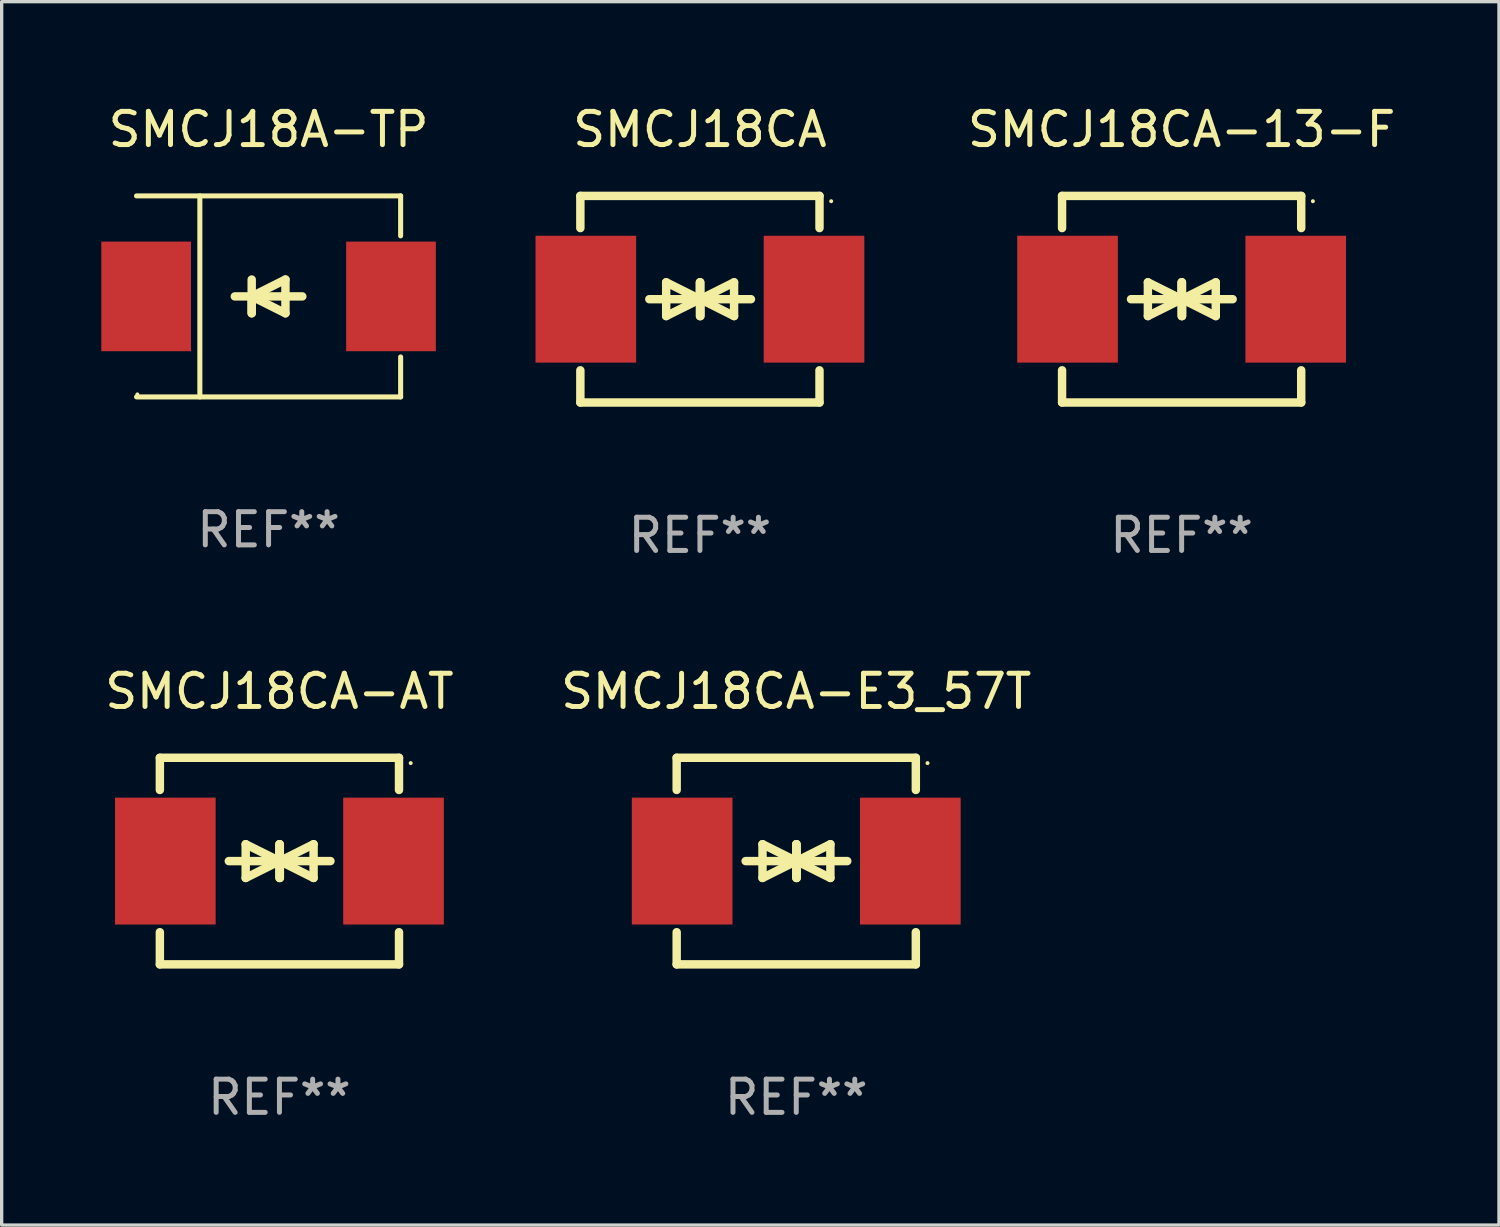
<source format=kicad_pcb>
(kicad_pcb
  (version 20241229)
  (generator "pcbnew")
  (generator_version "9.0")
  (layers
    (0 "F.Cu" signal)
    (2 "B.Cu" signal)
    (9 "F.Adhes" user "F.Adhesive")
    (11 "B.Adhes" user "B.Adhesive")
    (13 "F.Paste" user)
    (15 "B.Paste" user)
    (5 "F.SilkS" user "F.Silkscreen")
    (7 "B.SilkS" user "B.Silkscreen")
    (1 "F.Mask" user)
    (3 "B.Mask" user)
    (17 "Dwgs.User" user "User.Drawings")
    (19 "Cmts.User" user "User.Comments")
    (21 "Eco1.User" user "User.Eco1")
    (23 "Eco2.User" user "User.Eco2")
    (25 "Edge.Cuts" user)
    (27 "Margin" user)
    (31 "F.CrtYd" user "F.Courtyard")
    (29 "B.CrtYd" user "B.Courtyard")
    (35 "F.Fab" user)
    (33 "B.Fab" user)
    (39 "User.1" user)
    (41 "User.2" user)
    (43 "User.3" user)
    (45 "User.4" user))
  (footprint "SMCJ18CA"
    (layer "F.Cu")
    (at 18.023 5.958)
    (property "Reference" "SMCJ18CA" (at 0 -5.11 0) (layer "F.SilkS") (effects (font (size 1 1) (thickness 0.15))))
    (attr through_hole)
    (fp_line (start -3.6 -2.141) (end -3.6 -3.11) (stroke (width 0.254) (type solid)) (layer "F.SilkS"))
    (fp_line (start -3.6 3.11) (end -3.6 2.141) (stroke (width 0.254) (type solid)) (layer "F.SilkS"))
    (fp_line (start -1.524 0) (end 0.508 0) (stroke (width 0.254) (type solid)) (layer "F.SilkS"))
    (fp_line (start -1.016 -0.508) (end -1.016 0.508) (stroke (width 0.254) (type solid)) (layer "F.SilkS"))
    (fp_line (start -1.016 0.508) (end 0 0) (stroke (width 0.254) (type solid)) (layer "F.SilkS"))
    (fp_line (start 0 -0.508) (end 0 0.508) (stroke (width 0.254) (type solid)) (layer "F.SilkS"))
    (fp_line (start 0 0) (end -1.016 -0.508) (stroke (width 0.254) (type solid)) (layer "F.SilkS"))
    (fp_line (start 0 0) (end 0 -0.508) (stroke (width 0.254) (type solid)) (layer "F.SilkS"))
    (fp_line (start 0.012 0) (end 0.012 0.508) (stroke (width 0.254) (type solid)) (layer "F.SilkS"))
    (fp_line (start 0.012 0) (end 1.028 0.508) (stroke (width 0.254) (type solid)) (layer "F.SilkS"))
    (fp_line (start 0.012 0.508) (end 0.012 -0.508) (stroke (width 0.254) (type solid)) (layer "F.SilkS"))
    (fp_line (start 1.028 -0.508) (end 0.012 0) (stroke (width 0.254) (type solid)) (layer "F.SilkS"))
    (fp_line (start 1.028 0.508) (end 1.028 -0.508) (stroke (width 0.254) (type solid)) (layer "F.SilkS"))
    (fp_line (start 1.536 0) (end -0.496 0) (stroke (width 0.254) (type solid)) (layer "F.SilkS"))
    (fp_line (start 3.6 -3.11) (end -3.6 -3.11) (stroke (width 0.254) (type solid)) (layer "F.SilkS"))
    (fp_line (start 3.6 -2.141) (end 3.6 -3.11) (stroke (width 0.254) (type solid)) (layer "F.SilkS"))
    (fp_line (start 3.6 3.11) (end -3.6 3.11) (stroke (width 0.254) (type solid)) (layer "F.SilkS"))
    (fp_line (start 3.6 3.11) (end 3.6 2.141) (stroke (width 0.254) (type solid)) (layer "F.SilkS"))
    (fp_circle (center 3.952 -2.95) (end 3.982 -2.95) (stroke (width 0.06) (type solid)) (fill no) (layer "F.SilkS"))
    (fp_text user "REF**" (at 0 7.11 0) (layer "F.Fab") (effects (font (size 1 1) (thickness 0.15))))
    (pad "1" smd rect (at 3.435 0) (size 3.03 3.82) (layers "F.Cu" "F.Mask" "F.Paste"))
    (pad "2" smd rect (at -3.435 0) (size 3.03 3.82) (layers "F.Cu" "F.Mask" "F.Paste")))
  (footprint "SMCJ18A-TP"
    (layer "F.Cu")
    (at 5.036 5.874)
    (property "Reference" "SMCJ18A-TP" (at 0 -5.026 0) (layer "F.SilkS") (effects (font (size 1 1) (thickness 0.15))))
    (attr through_hole)
    (fp_line (start -3.976 -3.026) (end 3.976 -3.026) (stroke (width 0.152) (type solid)) (layer "F.SilkS"))
    (fp_line (start -3.976 3.026) (end 3.976 3.026) (stroke (width 0.152) (type solid)) (layer "F.SilkS"))
    (fp_line (start -2.069 -3.026) (end -2.069 3.026) (stroke (width 0.152) (type solid)) (layer "F.SilkS"))
    (fp_line (start -0.508 0) (end -0.508 0.508) (stroke (width 0.254) (type solid)) (layer "F.SilkS"))
    (fp_line (start -0.508 0) (end 0.508 0.508) (stroke (width 0.254) (type solid)) (layer "F.SilkS"))
    (fp_line (start -0.508 0.508) (end -0.508 -0.508) (stroke (width 0.254) (type solid)) (layer "F.SilkS"))
    (fp_line (start 0.508 -0.508) (end -0.508 0) (stroke (width 0.254) (type solid)) (layer "F.SilkS"))
    (fp_line (start 0.508 0.508) (end 0.508 -0.508) (stroke (width 0.254) (type solid)) (layer "F.SilkS"))
    (fp_line (start 1.016 0) (end -1.016 0) (stroke (width 0.254) (type solid)) (layer "F.SilkS"))
    (fp_line (start 3.976 -3.026) (end 3.976 -1.823) (stroke (width 0.152) (type solid)) (layer "F.SilkS"))
    (fp_line (start 3.976 3.026) (end 3.976 1.823) (stroke (width 0.152) (type solid)) (layer "F.SilkS"))
    (fp_circle (center -3.95 2.95) (end -3.92 2.95) (stroke (width 0.06) (type solid)) (fill no) (layer "F.SilkS"))
    (fp_text user "REF**" (at 0 7.026 0) (layer "F.Fab") (effects (font (size 1 1) (thickness 0.15))))
    (pad "1" smd rect (at -3.686 0) (size 2.7 3.3) (layers "F.Cu" "F.Mask" "F.Paste"))
    (pad "2" smd rect (at 3.686 0) (size 2.7 3.3) (layers "F.Cu" "F.Mask" "F.Paste")))
  (footprint "SMCJ18CA-E3_57T"
    (layer "F.Cu")
    (at 20.923 22.875)
    (property "Reference" "SMCJ18CA-E3_57T" (at 0 -5.11 0) (layer "F.SilkS") (effects (font (size 1 1) (thickness 0.15))))
    (attr through_hole)
    (fp_line (start -3.6 -2.141) (end -3.6 -3.11) (stroke (width 0.254) (type solid)) (layer "F.SilkS"))
    (fp_line (start -3.6 3.11) (end -3.6 2.141) (stroke (width 0.254) (type solid)) (layer "F.SilkS"))
    (fp_line (start -1.524 0) (end 0.508 0) (stroke (width 0.254) (type solid)) (layer "F.SilkS"))
    (fp_line (start -1.016 -0.508) (end -1.016 0.508) (stroke (width 0.254) (type solid)) (layer "F.SilkS"))
    (fp_line (start -1.016 0.508) (end 0 0) (stroke (width 0.254) (type solid)) (layer "F.SilkS"))
    (fp_line (start 0 -0.508) (end 0 0.508) (stroke (width 0.254) (type solid)) (layer "F.SilkS"))
    (fp_line (start 0 0) (end -1.016 -0.508) (stroke (width 0.254) (type solid)) (layer "F.SilkS"))
    (fp_line (start 0 0) (end 0 -0.508) (stroke (width 0.254) (type solid)) (layer "F.SilkS"))
    (fp_line (start 0.012 0) (end 0.012 0.508) (stroke (width 0.254) (type solid)) (layer "F.SilkS"))
    (fp_line (start 0.012 0) (end 1.028 0.508) (stroke (width 0.254) (type solid)) (layer "F.SilkS"))
    (fp_line (start 0.012 0.508) (end 0.012 -0.508) (stroke (width 0.254) (type solid)) (layer "F.SilkS"))
    (fp_line (start 1.028 -0.508) (end 0.012 0) (stroke (width 0.254) (type solid)) (layer "F.SilkS"))
    (fp_line (start 1.028 0.508) (end 1.028 -0.508) (stroke (width 0.254) (type solid)) (layer "F.SilkS"))
    (fp_line (start 1.536 0) (end -0.496 0) (stroke (width 0.254) (type solid)) (layer "F.SilkS"))
    (fp_line (start 3.6 -3.11) (end -3.6 -3.11) (stroke (width 0.254) (type solid)) (layer "F.SilkS"))
    (fp_line (start 3.6 -2.141) (end 3.6 -3.11) (stroke (width 0.254) (type solid)) (layer "F.SilkS"))
    (fp_line (start 3.6 3.11) (end -3.6 3.11) (stroke (width 0.254) (type solid)) (layer "F.SilkS"))
    (fp_line (start 3.6 3.11) (end 3.6 2.141) (stroke (width 0.254) (type solid)) (layer "F.SilkS"))
    (fp_circle (center 3.952 -2.95) (end 3.982 -2.95) (stroke (width 0.06) (type solid)) (fill no) (layer "F.SilkS"))
    (fp_text user "REF**" (at 0 7.11 0) (layer "F.Fab") (effects (font (size 1 1) (thickness 0.15))))
    (pad "1" smd rect (at 3.435 0) (size 3.03 3.82) (layers "F.Cu" "F.Mask" "F.Paste"))
    (pad "2" smd rect (at -3.435 0) (size 3.03 3.82) (layers "F.Cu" "F.Mask" "F.Paste")))
  (footprint "SMCJ18CA-13-F"
    (layer "F.Cu")
    (at 32.526 5.958)
    (property "Reference" "SMCJ18CA-13-F" (at 0 -5.11 0) (layer "F.SilkS") (effects (font (size 1 1) (thickness 0.15))))
    (attr through_hole)
    (fp_line (start -3.6 -2.141) (end -3.6 -3.11) (stroke (width 0.254) (type solid)) (layer "F.SilkS"))
    (fp_line (start -3.6 3.11) (end -3.6 2.141) (stroke (width 0.254) (type solid)) (layer "F.SilkS"))
    (fp_line (start -1.524 0) (end 0.508 0) (stroke (width 0.254) (type solid)) (layer "F.SilkS"))
    (fp_line (start -1.016 -0.508) (end -1.016 0.508) (stroke (width 0.254) (type solid)) (layer "F.SilkS"))
    (fp_line (start -1.016 0.508) (end 0 0) (stroke (width 0.254) (type solid)) (layer "F.SilkS"))
    (fp_line (start 0 -0.508) (end 0 0.508) (stroke (width 0.254) (type solid)) (layer "F.SilkS"))
    (fp_line (start 0 0) (end -1.016 -0.508) (stroke (width 0.254) (type solid)) (layer "F.SilkS"))
    (fp_line (start 0 0) (end 0 -0.508) (stroke (width 0.254) (type solid)) (layer "F.SilkS"))
    (fp_line (start 0.012 0) (end 0.012 0.508) (stroke (width 0.254) (type solid)) (layer "F.SilkS"))
    (fp_line (start 0.012 0) (end 1.028 0.508) (stroke (width 0.254) (type solid)) (layer "F.SilkS"))
    (fp_line (start 0.012 0.508) (end 0.012 -0.508) (stroke (width 0.254) (type solid)) (layer "F.SilkS"))
    (fp_line (start 1.028 -0.508) (end 0.012 0) (stroke (width 0.254) (type solid)) (layer "F.SilkS"))
    (fp_line (start 1.028 0.508) (end 1.028 -0.508) (stroke (width 0.254) (type solid)) (layer "F.SilkS"))
    (fp_line (start 1.536 0) (end -0.496 0) (stroke (width 0.254) (type solid)) (layer "F.SilkS"))
    (fp_line (start 3.6 -3.11) (end -3.6 -3.11) (stroke (width 0.254) (type solid)) (layer "F.SilkS"))
    (fp_line (start 3.6 -2.141) (end 3.6 -3.11) (stroke (width 0.254) (type solid)) (layer "F.SilkS"))
    (fp_line (start 3.6 3.11) (end -3.6 3.11) (stroke (width 0.254) (type solid)) (layer "F.SilkS"))
    (fp_line (start 3.6 3.11) (end 3.6 2.141) (stroke (width 0.254) (type solid)) (layer "F.SilkS"))
    (fp_circle (center 3.952 -2.95) (end 3.982 -2.95) (stroke (width 0.06) (type solid)) (fill no) (layer "F.SilkS"))
    (fp_text user "REF**" (at 0 7.11 0) (layer "F.Fab") (effects (font (size 1 1) (thickness 0.15))))
    (pad "1" smd rect (at 3.435 0) (size 3.03 3.82) (layers "F.Cu" "F.Mask" "F.Paste"))
    (pad "2" smd rect (at -3.435 0) (size 3.03 3.82) (layers "F.Cu" "F.Mask" "F.Paste")))
  (footprint "SMCJ18CA-AT"
    (layer "F.Cu")
    (at 5.363 22.875)
    (property "Reference" "SMCJ18CA-AT" (at 0 -5.11 0) (layer "F.SilkS") (effects (font (size 1 1) (thickness 0.15))))
    (attr through_hole)
    (fp_line (start -3.6 -2.141) (end -3.6 -3.11) (stroke (width 0.254) (type solid)) (layer "F.SilkS"))
    (fp_line (start -3.6 3.11) (end -3.6 2.141) (stroke (width 0.254) (type solid)) (layer "F.SilkS"))
    (fp_line (start -1.524 0) (end 0.508 0) (stroke (width 0.254) (type solid)) (layer "F.SilkS"))
    (fp_line (start -1.016 -0.508) (end -1.016 0.508) (stroke (width 0.254) (type solid)) (layer "F.SilkS"))
    (fp_line (start -1.016 0.508) (end 0 0) (stroke (width 0.254) (type solid)) (layer "F.SilkS"))
    (fp_line (start 0 -0.508) (end 0 0.508) (stroke (width 0.254) (type solid)) (layer "F.SilkS"))
    (fp_line (start 0 0) (end -1.016 -0.508) (stroke (width 0.254) (type solid)) (layer "F.SilkS"))
    (fp_line (start 0 0) (end 0 -0.508) (stroke (width 0.254) (type solid)) (layer "F.SilkS"))
    (fp_line (start 0.012 0) (end 0.012 0.508) (stroke (width 0.254) (type solid)) (layer "F.SilkS"))
    (fp_line (start 0.012 0) (end 1.028 0.508) (stroke (width 0.254) (type solid)) (layer "F.SilkS"))
    (fp_line (start 0.012 0.508) (end 0.012 -0.508) (stroke (width 0.254) (type solid)) (layer "F.SilkS"))
    (fp_line (start 1.028 -0.508) (end 0.012 0) (stroke (width 0.254) (type solid)) (layer "F.SilkS"))
    (fp_line (start 1.028 0.508) (end 1.028 -0.508) (stroke (width 0.254) (type solid)) (layer "F.SilkS"))
    (fp_line (start 1.536 0) (end -0.496 0) (stroke (width 0.254) (type solid)) (layer "F.SilkS"))
    (fp_line (start 3.6 -3.11) (end -3.6 -3.11) (stroke (width 0.254) (type solid)) (layer "F.SilkS"))
    (fp_line (start 3.6 -2.141) (end 3.6 -3.11) (stroke (width 0.254) (type solid)) (layer "F.SilkS"))
    (fp_line (start 3.6 3.11) (end -3.6 3.11) (stroke (width 0.254) (type solid)) (layer "F.SilkS"))
    (fp_line (start 3.6 3.11) (end 3.6 2.141) (stroke (width 0.254) (type solid)) (layer "F.SilkS"))
    (fp_circle (center 3.952 -2.95) (end 3.982 -2.95) (stroke (width 0.06) (type solid)) (fill no) (layer "F.SilkS"))
    (fp_text user "REF**" (at 0 7.11 0) (layer "F.Fab") (effects (font (size 1 1) (thickness 0.15))))
    (pad "1" smd rect (at 3.435 0) (size 3.03 3.82) (layers "F.Cu" "F.Mask" "F.Paste"))
    (pad "2" smd rect (at -3.435 0) (size 3.03 3.82) (layers "F.Cu" "F.Mask" "F.Paste")))
  (gr_rect
    (start -3 -3)
    (end 42.08 33.833)
    (stroke (width 0.1) (type default))
    (fill no)
    (layer "Edge.Cuts")))
</source>
